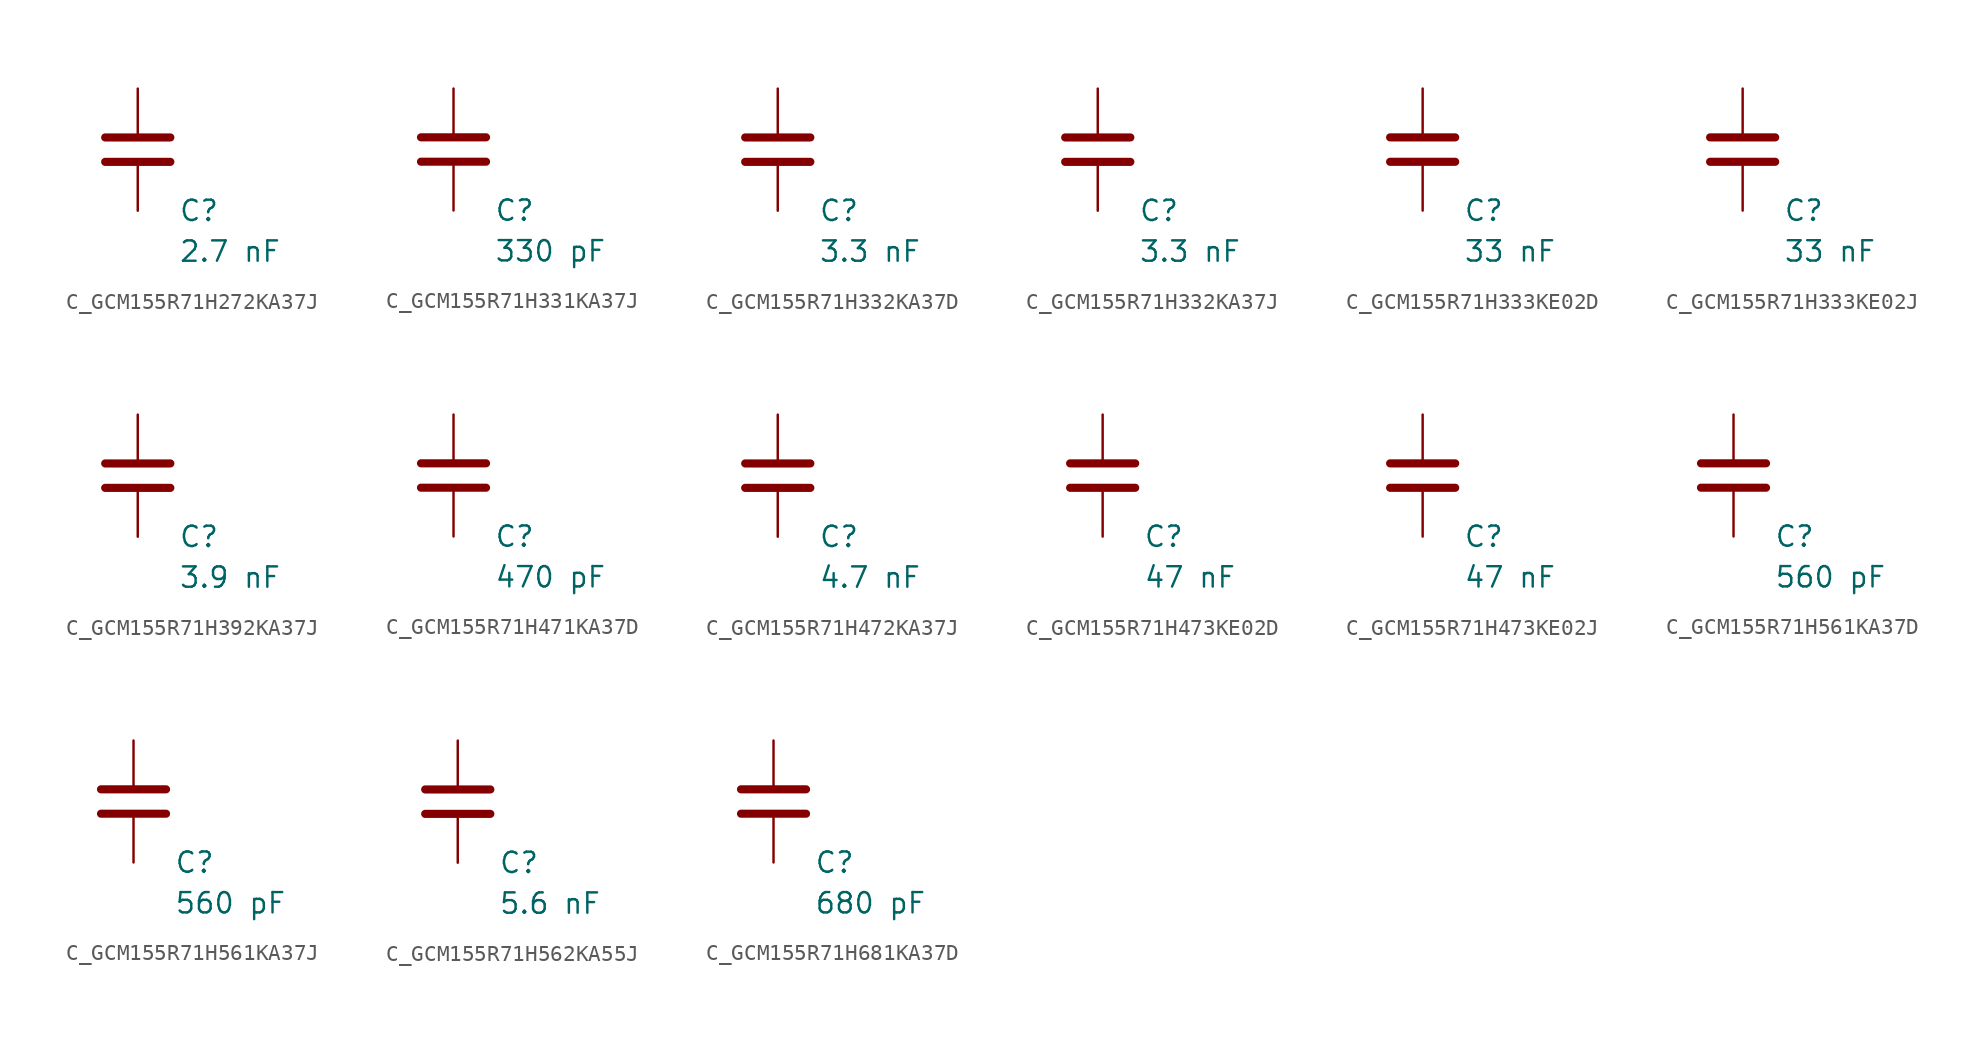
<source format=kicad_sym>
(kicad_symbol_lib
  (version 20231120)
  (generator "kicad_symbol_editor")
  (generator_version "8.0")
  (symbol "C_GCM155R71H272KA37J"
    (pin_numbers hide)
    (pin_names
      (offset 0.254))
    (property "Reference" "C"
      (at 2.54 -3.81 0)
      (effects (font (size 1.27 1.27)) (justify left))
      (show_name no))
    (property "Value" "2.7 nF"
      (at 2.54 -6.35 0)
      (effects (font (size 1.27 1.27)) (justify left))
      (show_name no))
    (symbol "C_GCM155R71H272KA37J_0_1"
      (polyline (pts (xy -2.032 -0.762) (xy 2.032 -0.762)) (stroke (width 0.508) (type default)) (fill (type none)))
      (polyline (pts (xy -2.032 0.762) (xy 2.032 0.762)) (stroke (width 0.508) (type default)) (fill (type none))))
    (symbol "C_GCM155R71H272KA37J_1_1"
      (pin passive line (at 0 3.81 270) (length 2.794) (name "~" (effects (font (size 1.27 1.27)))) (number "1" (effects (font (size 1.27 1.27)))))
      (pin passive line (at 0 -3.81 90) (length 2.794) (name "~" (effects (font (size 1.27 1.27)))) (number "2" (effects (font (size 1.27 1.27)))))))
  (symbol "C_GCM155R71H331KA37J"
    (pin_numbers hide)
    (pin_names
      (offset 0.254))
    (property "Reference" "C"
      (at 2.54 -3.81 0)
      (effects (font (size 1.27 1.27)) (justify left))
      (show_name no))
    (property "Value" "330 pF"
      (at 2.54 -6.35 0)
      (effects (font (size 1.27 1.27)) (justify left))
      (show_name no))
    (symbol "C_GCM155R71H331KA37J_0_1"
      (polyline (pts (xy -2.032 -0.762) (xy 2.032 -0.762)) (stroke (width 0.508) (type default)) (fill (type none)))
      (polyline (pts (xy -2.032 0.762) (xy 2.032 0.762)) (stroke (width 0.508) (type default)) (fill (type none))))
    (symbol "C_GCM155R71H331KA37J_1_1"
      (pin passive line (at 0 3.81 270) (length 2.794) (name "~" (effects (font (size 1.27 1.27)))) (number "1" (effects (font (size 1.27 1.27)))))
      (pin passive line (at 0 -3.81 90) (length 2.794) (name "~" (effects (font (size 1.27 1.27)))) (number "2" (effects (font (size 1.27 1.27)))))))
  (symbol "C_GCM155R71H332KA37D"
    (pin_numbers hide)
    (pin_names
      (offset 0.254))
    (property "Reference" "C"
      (at 2.54 -3.81 0)
      (effects (font (size 1.27 1.27)) (justify left))
      (show_name no))
    (property "Value" "3.3 nF"
      (at 2.54 -6.35 0)
      (effects (font (size 1.27 1.27)) (justify left))
      (show_name no))
    (symbol "C_GCM155R71H332KA37D_0_1"
      (polyline (pts (xy -2.032 -0.762) (xy 2.032 -0.762)) (stroke (width 0.508) (type default)) (fill (type none)))
      (polyline (pts (xy -2.032 0.762) (xy 2.032 0.762)) (stroke (width 0.508) (type default)) (fill (type none))))
    (symbol "C_GCM155R71H332KA37D_1_1"
      (pin passive line (at 0 3.81 270) (length 2.794) (name "~" (effects (font (size 1.27 1.27)))) (number "1" (effects (font (size 1.27 1.27)))))
      (pin passive line (at 0 -3.81 90) (length 2.794) (name "~" (effects (font (size 1.27 1.27)))) (number "2" (effects (font (size 1.27 1.27)))))))
  (symbol "C_GCM155R71H332KA37J"
    (pin_numbers hide)
    (pin_names
      (offset 0.254))
    (property "Reference" "C"
      (at 2.54 -3.81 0)
      (effects (font (size 1.27 1.27)) (justify left))
      (show_name no))
    (property "Value" "3.3 nF"
      (at 2.54 -6.35 0)
      (effects (font (size 1.27 1.27)) (justify left))
      (show_name no))
    (symbol "C_GCM155R71H332KA37J_0_1"
      (polyline (pts (xy -2.032 -0.762) (xy 2.032 -0.762)) (stroke (width 0.508) (type default)) (fill (type none)))
      (polyline (pts (xy -2.032 0.762) (xy 2.032 0.762)) (stroke (width 0.508) (type default)) (fill (type none))))
    (symbol "C_GCM155R71H332KA37J_1_1"
      (pin passive line (at 0 3.81 270) (length 2.794) (name "~" (effects (font (size 1.27 1.27)))) (number "1" (effects (font (size 1.27 1.27)))))
      (pin passive line (at 0 -3.81 90) (length 2.794) (name "~" (effects (font (size 1.27 1.27)))) (number "2" (effects (font (size 1.27 1.27)))))))
  (symbol "C_GCM155R71H333KE02D"
    (pin_numbers hide)
    (pin_names
      (offset 0.254))
    (property "Reference" "C"
      (at 2.54 -3.81 0)
      (effects (font (size 1.27 1.27)) (justify left))
      (show_name no))
    (property "Value" "33 nF"
      (at 2.54 -6.35 0)
      (effects (font (size 1.27 1.27)) (justify left))
      (show_name no))
    (symbol "C_GCM155R71H333KE02D_0_1"
      (polyline (pts (xy -2.032 -0.762) (xy 2.032 -0.762)) (stroke (width 0.508) (type default)) (fill (type none)))
      (polyline (pts (xy -2.032 0.762) (xy 2.032 0.762)) (stroke (width 0.508) (type default)) (fill (type none))))
    (symbol "C_GCM155R71H333KE02D_1_1"
      (pin passive line (at 0 3.81 270) (length 2.794) (name "~" (effects (font (size 1.27 1.27)))) (number "1" (effects (font (size 1.27 1.27)))))
      (pin passive line (at 0 -3.81 90) (length 2.794) (name "~" (effects (font (size 1.27 1.27)))) (number "2" (effects (font (size 1.27 1.27)))))))
  (symbol "C_GCM155R71H333KE02J"
    (pin_numbers hide)
    (pin_names
      (offset 0.254))
    (property "Reference" "C"
      (at 2.54 -3.81 0)
      (effects (font (size 1.27 1.27)) (justify left))
      (show_name no))
    (property "Value" "33 nF"
      (at 2.54 -6.35 0)
      (effects (font (size 1.27 1.27)) (justify left))
      (show_name no))
    (symbol "C_GCM155R71H333KE02J_0_1"
      (polyline (pts (xy -2.032 -0.762) (xy 2.032 -0.762)) (stroke (width 0.508) (type default)) (fill (type none)))
      (polyline (pts (xy -2.032 0.762) (xy 2.032 0.762)) (stroke (width 0.508) (type default)) (fill (type none))))
    (symbol "C_GCM155R71H333KE02J_1_1"
      (pin passive line (at 0 3.81 270) (length 2.794) (name "~" (effects (font (size 1.27 1.27)))) (number "1" (effects (font (size 1.27 1.27)))))
      (pin passive line (at 0 -3.81 90) (length 2.794) (name "~" (effects (font (size 1.27 1.27)))) (number "2" (effects (font (size 1.27 1.27)))))))
  (symbol "C_GCM155R71H392KA37J"
    (pin_numbers hide)
    (pin_names
      (offset 0.254))
    (property "Reference" "C"
      (at 2.54 -3.81 0)
      (effects (font (size 1.27 1.27)) (justify left))
      (show_name no))
    (property "Value" "3.9 nF"
      (at 2.54 -6.35 0)
      (effects (font (size 1.27 1.27)) (justify left))
      (show_name no))
    (symbol "C_GCM155R71H392KA37J_0_1"
      (polyline (pts (xy -2.032 -0.762) (xy 2.032 -0.762)) (stroke (width 0.508) (type default)) (fill (type none)))
      (polyline (pts (xy -2.032 0.762) (xy 2.032 0.762)) (stroke (width 0.508) (type default)) (fill (type none))))
    (symbol "C_GCM155R71H392KA37J_1_1"
      (pin passive line (at 0 3.81 270) (length 2.794) (name "~" (effects (font (size 1.27 1.27)))) (number "1" (effects (font (size 1.27 1.27)))))
      (pin passive line (at 0 -3.81 90) (length 2.794) (name "~" (effects (font (size 1.27 1.27)))) (number "2" (effects (font (size 1.27 1.27)))))))
  (symbol "C_GCM155R71H471KA37D"
    (pin_numbers hide)
    (pin_names
      (offset 0.254))
    (property "Reference" "C"
      (at 2.54 -3.81 0)
      (effects (font (size 1.27 1.27)) (justify left))
      (show_name no))
    (property "Value" "470 pF"
      (at 2.54 -6.35 0)
      (effects (font (size 1.27 1.27)) (justify left))
      (show_name no))
    (symbol "C_GCM155R71H471KA37D_0_1"
      (polyline (pts (xy -2.032 -0.762) (xy 2.032 -0.762)) (stroke (width 0.508) (type default)) (fill (type none)))
      (polyline (pts (xy -2.032 0.762) (xy 2.032 0.762)) (stroke (width 0.508) (type default)) (fill (type none))))
    (symbol "C_GCM155R71H471KA37D_1_1"
      (pin passive line (at 0 3.81 270) (length 2.794) (name "~" (effects (font (size 1.27 1.27)))) (number "1" (effects (font (size 1.27 1.27)))))
      (pin passive line (at 0 -3.81 90) (length 2.794) (name "~" (effects (font (size 1.27 1.27)))) (number "2" (effects (font (size 1.27 1.27)))))))
  (symbol "C_GCM155R71H472KA37J"
    (pin_numbers hide)
    (pin_names
      (offset 0.254))
    (property "Reference" "C"
      (at 2.54 -3.81 0)
      (effects (font (size 1.27 1.27)) (justify left))
      (show_name no))
    (property "Value" "4.7 nF"
      (at 2.54 -6.35 0)
      (effects (font (size 1.27 1.27)) (justify left))
      (show_name no))
    (symbol "C_GCM155R71H472KA37J_0_1"
      (polyline (pts (xy -2.032 -0.762) (xy 2.032 -0.762)) (stroke (width 0.508) (type default)) (fill (type none)))
      (polyline (pts (xy -2.032 0.762) (xy 2.032 0.762)) (stroke (width 0.508) (type default)) (fill (type none))))
    (symbol "C_GCM155R71H472KA37J_1_1"
      (pin passive line (at 0 3.81 270) (length 2.794) (name "~" (effects (font (size 1.27 1.27)))) (number "1" (effects (font (size 1.27 1.27)))))
      (pin passive line (at 0 -3.81 90) (length 2.794) (name "~" (effects (font (size 1.27 1.27)))) (number "2" (effects (font (size 1.27 1.27)))))))
  (symbol "C_GCM155R71H473KE02D"
    (pin_numbers hide)
    (pin_names
      (offset 0.254))
    (property "Reference" "C"
      (at 2.54 -3.81 0)
      (effects (font (size 1.27 1.27)) (justify left))
      (show_name no))
    (property "Value" "47 nF"
      (at 2.54 -6.35 0)
      (effects (font (size 1.27 1.27)) (justify left))
      (show_name no))
    (symbol "C_GCM155R71H473KE02D_0_1"
      (polyline (pts (xy -2.032 -0.762) (xy 2.032 -0.762)) (stroke (width 0.508) (type default)) (fill (type none)))
      (polyline (pts (xy -2.032 0.762) (xy 2.032 0.762)) (stroke (width 0.508) (type default)) (fill (type none))))
    (symbol "C_GCM155R71H473KE02D_1_1"
      (pin passive line (at 0 3.81 270) (length 2.794) (name "~" (effects (font (size 1.27 1.27)))) (number "1" (effects (font (size 1.27 1.27)))))
      (pin passive line (at 0 -3.81 90) (length 2.794) (name "~" (effects (font (size 1.27 1.27)))) (number "2" (effects (font (size 1.27 1.27)))))))
  (symbol "C_GCM155R71H473KE02J"
    (pin_numbers hide)
    (pin_names
      (offset 0.254))
    (property "Reference" "C"
      (at 2.54 -3.81 0)
      (effects (font (size 1.27 1.27)) (justify left))
      (show_name no))
    (property "Value" "47 nF"
      (at 2.54 -6.35 0)
      (effects (font (size 1.27 1.27)) (justify left))
      (show_name no))
    (symbol "C_GCM155R71H473KE02J_0_1"
      (polyline (pts (xy -2.032 -0.762) (xy 2.032 -0.762)) (stroke (width 0.508) (type default)) (fill (type none)))
      (polyline (pts (xy -2.032 0.762) (xy 2.032 0.762)) (stroke (width 0.508) (type default)) (fill (type none))))
    (symbol "C_GCM155R71H473KE02J_1_1"
      (pin passive line (at 0 3.81 270) (length 2.794) (name "~" (effects (font (size 1.27 1.27)))) (number "1" (effects (font (size 1.27 1.27)))))
      (pin passive line (at 0 -3.81 90) (length 2.794) (name "~" (effects (font (size 1.27 1.27)))) (number "2" (effects (font (size 1.27 1.27)))))))
  (symbol "C_GCM155R71H561KA37D"
    (pin_numbers hide)
    (pin_names
      (offset 0.254))
    (property "Reference" "C"
      (at 2.54 -3.81 0)
      (effects (font (size 1.27 1.27)) (justify left))
      (show_name no))
    (property "Value" "560 pF"
      (at 2.54 -6.35 0)
      (effects (font (size 1.27 1.27)) (justify left))
      (show_name no))
    (symbol "C_GCM155R71H561KA37D_0_1"
      (polyline (pts (xy -2.032 -0.762) (xy 2.032 -0.762)) (stroke (width 0.508) (type default)) (fill (type none)))
      (polyline (pts (xy -2.032 0.762) (xy 2.032 0.762)) (stroke (width 0.508) (type default)) (fill (type none))))
    (symbol "C_GCM155R71H561KA37D_1_1"
      (pin passive line (at 0 3.81 270) (length 2.794) (name "~" (effects (font (size 1.27 1.27)))) (number "1" (effects (font (size 1.27 1.27)))))
      (pin passive line (at 0 -3.81 90) (length 2.794) (name "~" (effects (font (size 1.27 1.27)))) (number "2" (effects (font (size 1.27 1.27)))))))
  (symbol "C_GCM155R71H561KA37J"
    (pin_numbers hide)
    (pin_names
      (offset 0.254))
    (property "Reference" "C"
      (at 2.54 -3.81 0)
      (effects (font (size 1.27 1.27)) (justify left))
      (show_name no))
    (property "Value" "560 pF"
      (at 2.54 -6.35 0)
      (effects (font (size 1.27 1.27)) (justify left))
      (show_name no))
    (symbol "C_GCM155R71H561KA37J_0_1"
      (polyline (pts (xy -2.032 -0.762) (xy 2.032 -0.762)) (stroke (width 0.508) (type default)) (fill (type none)))
      (polyline (pts (xy -2.032 0.762) (xy 2.032 0.762)) (stroke (width 0.508) (type default)) (fill (type none))))
    (symbol "C_GCM155R71H561KA37J_1_1"
      (pin passive line (at 0 3.81 270) (length 2.794) (name "~" (effects (font (size 1.27 1.27)))) (number "1" (effects (font (size 1.27 1.27)))))
      (pin passive line (at 0 -3.81 90) (length 2.794) (name "~" (effects (font (size 1.27 1.27)))) (number "2" (effects (font (size 1.27 1.27)))))))
  (symbol "C_GCM155R71H562KA55J"
    (pin_numbers hide)
    (pin_names
      (offset 0.254))
    (property "Reference" "C"
      (at 2.54 -3.81 0)
      (effects (font (size 1.27 1.27)) (justify left))
      (show_name no))
    (property "Value" "5.6 nF"
      (at 2.54 -6.35 0)
      (effects (font (size 1.27 1.27)) (justify left))
      (show_name no))
    (symbol "C_GCM155R71H562KA55J_0_1"
      (polyline (pts (xy -2.032 -0.762) (xy 2.032 -0.762)) (stroke (width 0.508) (type default)) (fill (type none)))
      (polyline (pts (xy -2.032 0.762) (xy 2.032 0.762)) (stroke (width 0.508) (type default)) (fill (type none))))
    (symbol "C_GCM155R71H562KA55J_1_1"
      (pin passive line (at 0 3.81 270) (length 2.794) (name "~" (effects (font (size 1.27 1.27)))) (number "1" (effects (font (size 1.27 1.27)))))
      (pin passive line (at 0 -3.81 90) (length 2.794) (name "~" (effects (font (size 1.27 1.27)))) (number "2" (effects (font (size 1.27 1.27)))))))
  (symbol "C_GCM155R71H681KA37D"
    (pin_numbers hide)
    (pin_names
      (offset 0.254))
    (property "Reference" "C"
      (at 2.54 -3.81 0)
      (effects (font (size 1.27 1.27)) (justify left))
      (show_name no))
    (property "Value" "680 pF"
      (at 2.54 -6.35 0)
      (effects (font (size 1.27 1.27)) (justify left))
      (show_name no))
    (symbol "C_GCM155R71H681KA37D_0_1"
      (polyline (pts (xy -2.032 -0.762) (xy 2.032 -0.762)) (stroke (width 0.508) (type default)) (fill (type none)))
      (polyline (pts (xy -2.032 0.762) (xy 2.032 0.762)) (stroke (width 0.508) (type default)) (fill (type none))))
    (symbol "C_GCM155R71H681KA37D_1_1"
      (pin passive line (at 0 3.81 270) (length 2.794) (name "~" (effects (font (size 1.27 1.27)))) (number "1" (effects (font (size 1.27 1.27)))))
      (pin passive line (at 0 -3.81 90) (length 2.794) (name "~" (effects (font (size 1.27 1.27)))) (number "2" (effects (font (size 1.27 1.27))))))))
</source>
